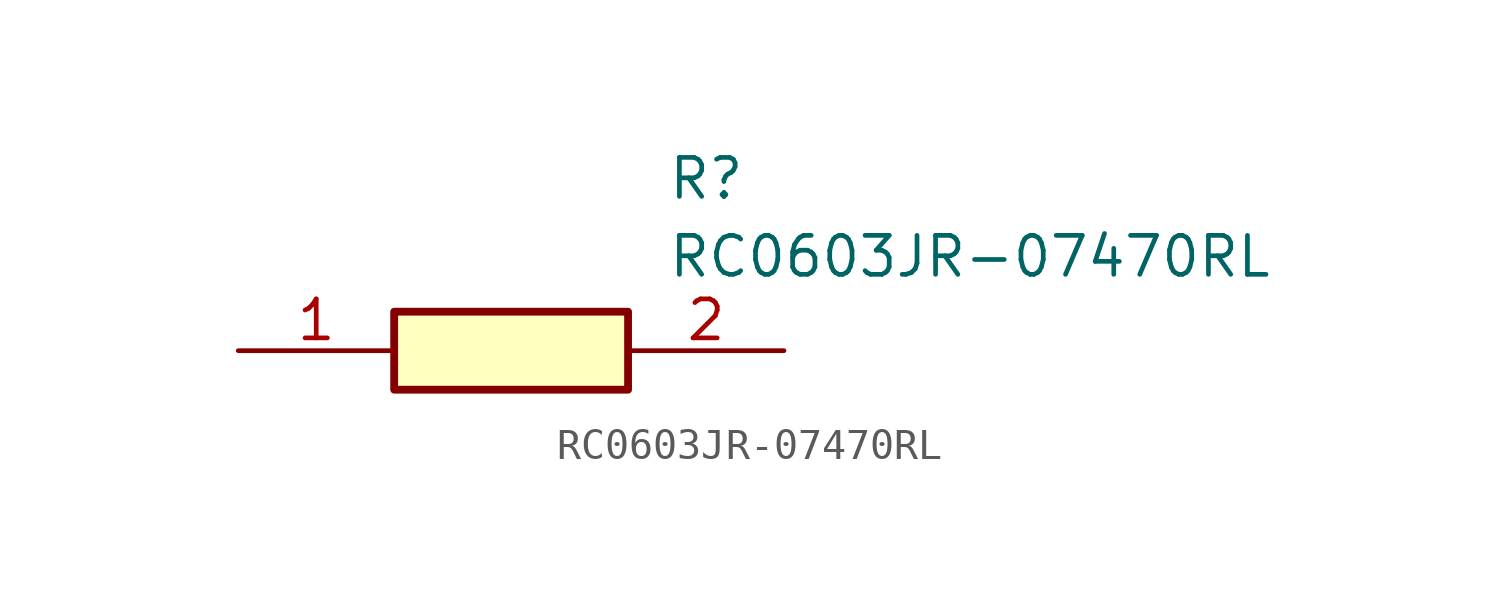
<source format=kicad_sym>
(kicad_symbol_lib
  (version 20211014)
  (generator SamacSys_ECAD_Model)
  (symbol "RC0603JR-07470RL"
    (pin_names hide)
    (property "Reference" "R"
      (at 13.97 6.35 0)
      (effects (font (size 1.27 1.27)) (justify left top)))
    (property "Value" "RC0603JR-07470RL"
      (at 13.97 3.81 0)
      (effects (font (size 1.27 1.27)) (justify left top)))
    (rectangle
      (start 5.08 1.27)
      (end 12.7 -1.27)
      (stroke (width 0.254) (type default))
      (fill (type background)))
    (pin passive line
      (at 0 0 0)
      (length 5.08)
      (name "1" (effects (font (size 1.27 1.27))))
      (number "1" (effects (font (size 1.27 1.27)))))
    (pin passive line
      (at 17.78 0 180)
      (length 5.08)
      (name "2" (effects (font (size 1.27 1.27))))
      (number "2" (effects (font (size 1.27 1.27)))))))
</source>
